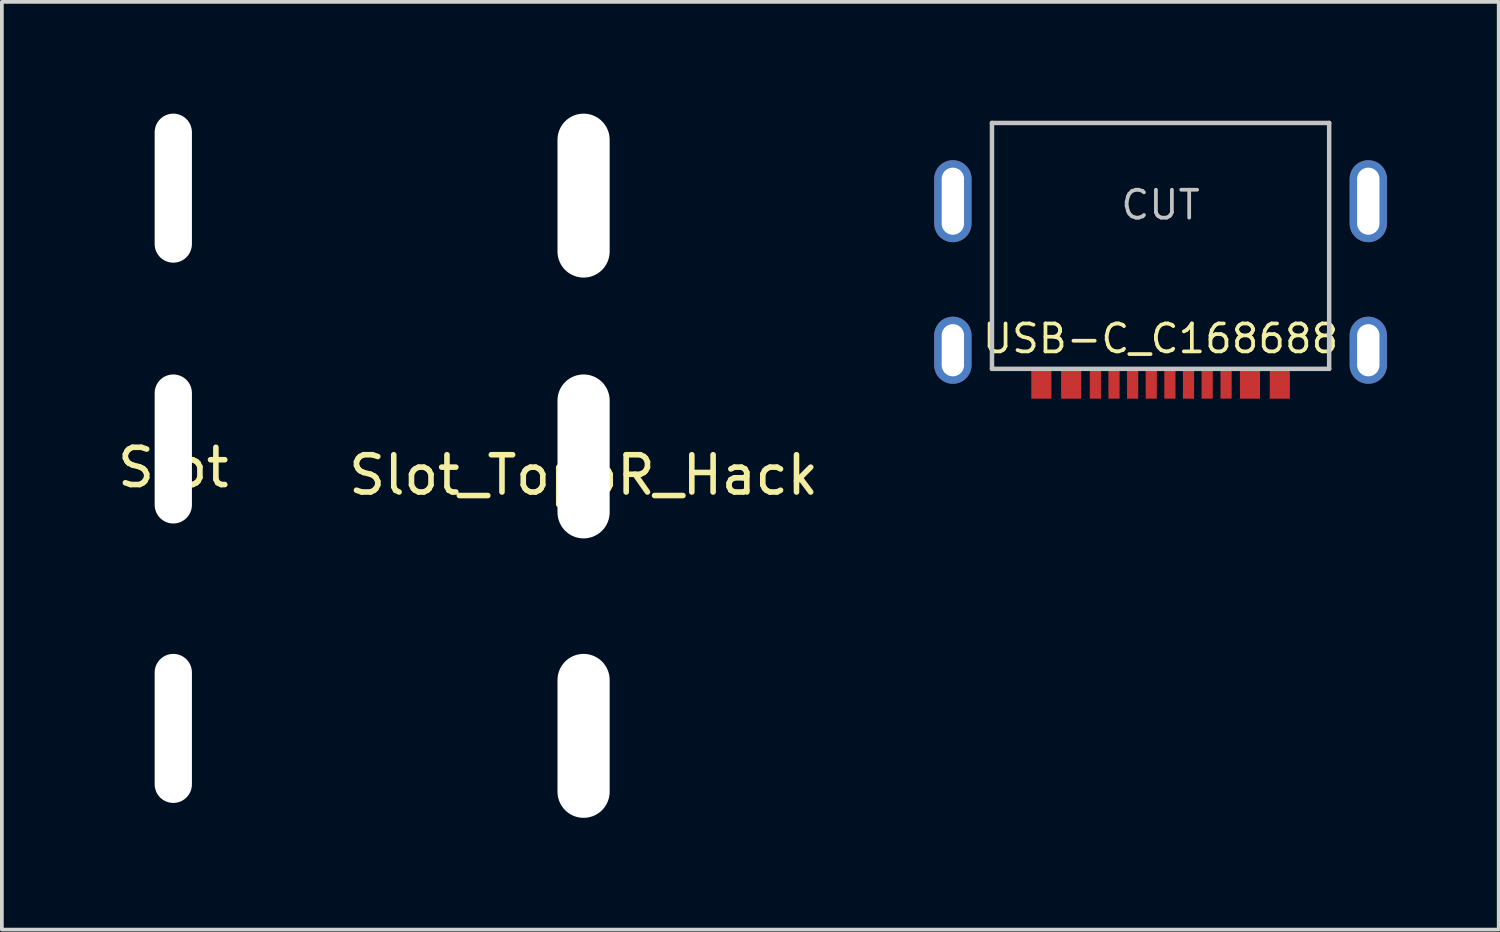
<source format=kicad_pcb>
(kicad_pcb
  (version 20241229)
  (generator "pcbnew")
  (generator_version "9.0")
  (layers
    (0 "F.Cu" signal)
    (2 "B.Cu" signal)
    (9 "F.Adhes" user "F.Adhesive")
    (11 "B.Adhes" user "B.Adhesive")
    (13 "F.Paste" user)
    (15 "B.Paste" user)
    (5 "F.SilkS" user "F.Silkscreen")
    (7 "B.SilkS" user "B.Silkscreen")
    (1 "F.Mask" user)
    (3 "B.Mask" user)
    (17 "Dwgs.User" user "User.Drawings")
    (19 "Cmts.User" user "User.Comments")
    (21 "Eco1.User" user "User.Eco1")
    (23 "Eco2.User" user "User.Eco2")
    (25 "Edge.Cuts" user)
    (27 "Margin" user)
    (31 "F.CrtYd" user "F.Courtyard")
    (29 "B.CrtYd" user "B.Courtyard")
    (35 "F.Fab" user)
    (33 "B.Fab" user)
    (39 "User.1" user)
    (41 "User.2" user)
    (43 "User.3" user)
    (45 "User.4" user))
  (footprint "Slot_TopoR_Hack"
    (layer "F.Cu")
    (at 12.613 9.2)
    (property "Reference" "Slot_TopoR_Hack" (at 0 0.5 0) (layer "F.SilkS") (effects (font (size 1 1) (thickness 0.15))))
    (attr through_hole)
    (pad "" np_thru_hole oval (at 0 -7) (size 1.4 4.4) (drill oval 1.4 4.4) (layers "*.Cu" "*.Mask"))
    (pad "" np_thru_hole oval (at 0 0) (size 1.4 4.4) (drill oval 1.4 4.4) (layers "*.Cu" "*.Mask"))
    (pad "" np_thru_hole oval (at 0 7.5) (size 1.4 4.4) (drill oval 1.4 4.4) (layers "*.Cu" "*.Mask")))
  (footprint "Slot"
    (layer "F.Cu")
    (at 1.601 9)
    (property "Reference" "Slot" (at 0 0.5 0) (layer "F.SilkS") (effects (font (size 1 1) (thickness 0.15))))
    (attr through_hole)
    (pad "" np_thru_hole oval (at 0 -7) (size 1 4) (drill oval 1 4) (layers "*.Cu" "*.Mask"))
    (pad "" np_thru_hole oval (at 0 0) (size 1 4) (drill oval 1 4) (layers "*.Cu" "*.Mask"))
    (pad "" np_thru_hole oval (at 0 7.5) (size 1 4) (drill oval 1 4) (layers "*.Cu" "*.Mask")))
  (footprint "USB-C_C168688"
    (layer "F.Cu")
    (at 28.099 0.25)
    (property "Reference" "USB-C_C168688" (at 0 5.789 0) (layer "F.SilkS") (effects (font (size 0.75 0.75) (thickness 0.1))))
    (attr smd)
    (fp_line (start -4.525 0) (end -4.525 6.6) (stroke (width 0.12) (type solid)) (layer "Dwgs.User"))
    (fp_line (start -4.525 0) (end 4.525 0) (stroke (width 0.12) (type solid)) (layer "Dwgs.User"))
    (fp_line (start -4.525 6.6) (end 4.525 6.6) (stroke (width 0.12) (type solid)) (layer "Dwgs.User"))
    (fp_line (start 4.525 0) (end 4.525 6.6) (stroke (width 0.12) (type solid)) (layer "Dwgs.User"))
    (fp_text user "CUT" (at 0 2.2 0) (layer "Dwgs.User") (effects (font (size 0.75 0.75) (thickness 0.1))))
    (pad "A1" smd rect (at -3.2 7) (size 0.54 0.8) (layers "F.Cu" "F.Mask" "F.Paste"))
    (pad "A1" smd rect (at 3.2 7) (size 0.54 0.8) (layers "F.Cu" "F.Mask" "F.Paste"))
    (pad "A4" smd rect (at -2.4 7) (size 0.54 0.8) (layers "F.Cu" "F.Mask" "F.Paste"))
    (pad "A4" smd rect (at 2.4 7) (size 0.54 0.8) (layers "F.Cu" "F.Mask" "F.Paste"))
    (pad "A5" smd rect (at 1.25 7) (size 0.3 0.8) (layers "F.Cu" "F.Mask" "F.Paste"))
    (pad "A6" smd rect (at 0.25 7) (size 0.3 0.8) (layers "F.Cu" "F.Mask" "F.Paste"))
    (pad "A7" smd rect (at -0.25 7) (size 0.3 0.8) (layers "F.Cu" "F.Mask" "F.Paste"))
    (pad "A8" smd rect (at -1.25 7) (size 0.3 0.8) (layers "F.Cu" "F.Mask" "F.Paste"))
    (pad "B5" smd rect (at -1.75 7) (size 0.3 0.8) (layers "F.Cu" "F.Mask" "F.Paste"))
    (pad "B6" smd rect (at -0.75 7) (size 0.3 0.8) (layers "F.Cu" "F.Mask" "F.Paste"))
    (pad "B7" smd rect (at 0.75 7) (size 0.3 0.8) (layers "F.Cu" "F.Mask" "F.Paste"))
    (pad "B8" smd rect (at 1.758 7) (size 0.3 0.8) (layers "F.Cu" "F.Mask" "F.Paste"))
    (pad "S1" thru_hole oval (at -5.575 2.1) (size 1 2.2) (drill oval 0.6 1.8) (layers "*.Cu" "*.Mask"))
    (pad "S1" thru_hole oval (at -5.575 6.1) (size 1 1.8) (drill oval 0.6 1.4) (layers "*.Cu" "*.Mask"))
    (pad "S1" thru_hole oval (at 5.575 2.1) (size 1 2.2) (drill oval 0.6 1.8) (layers "*.Cu" "*.Mask"))
    (pad "S1" thru_hole oval (at 5.575 6.1) (size 1 1.8) (drill oval 0.6 1.4) (layers "*.Cu" "*.Mask")))
  (gr_rect
    (start -3 -3)
    (end 37.174 21.9)
    (stroke (width 0.1) (type default))
    (fill no)
    (layer "Edge.Cuts")))
</source>
